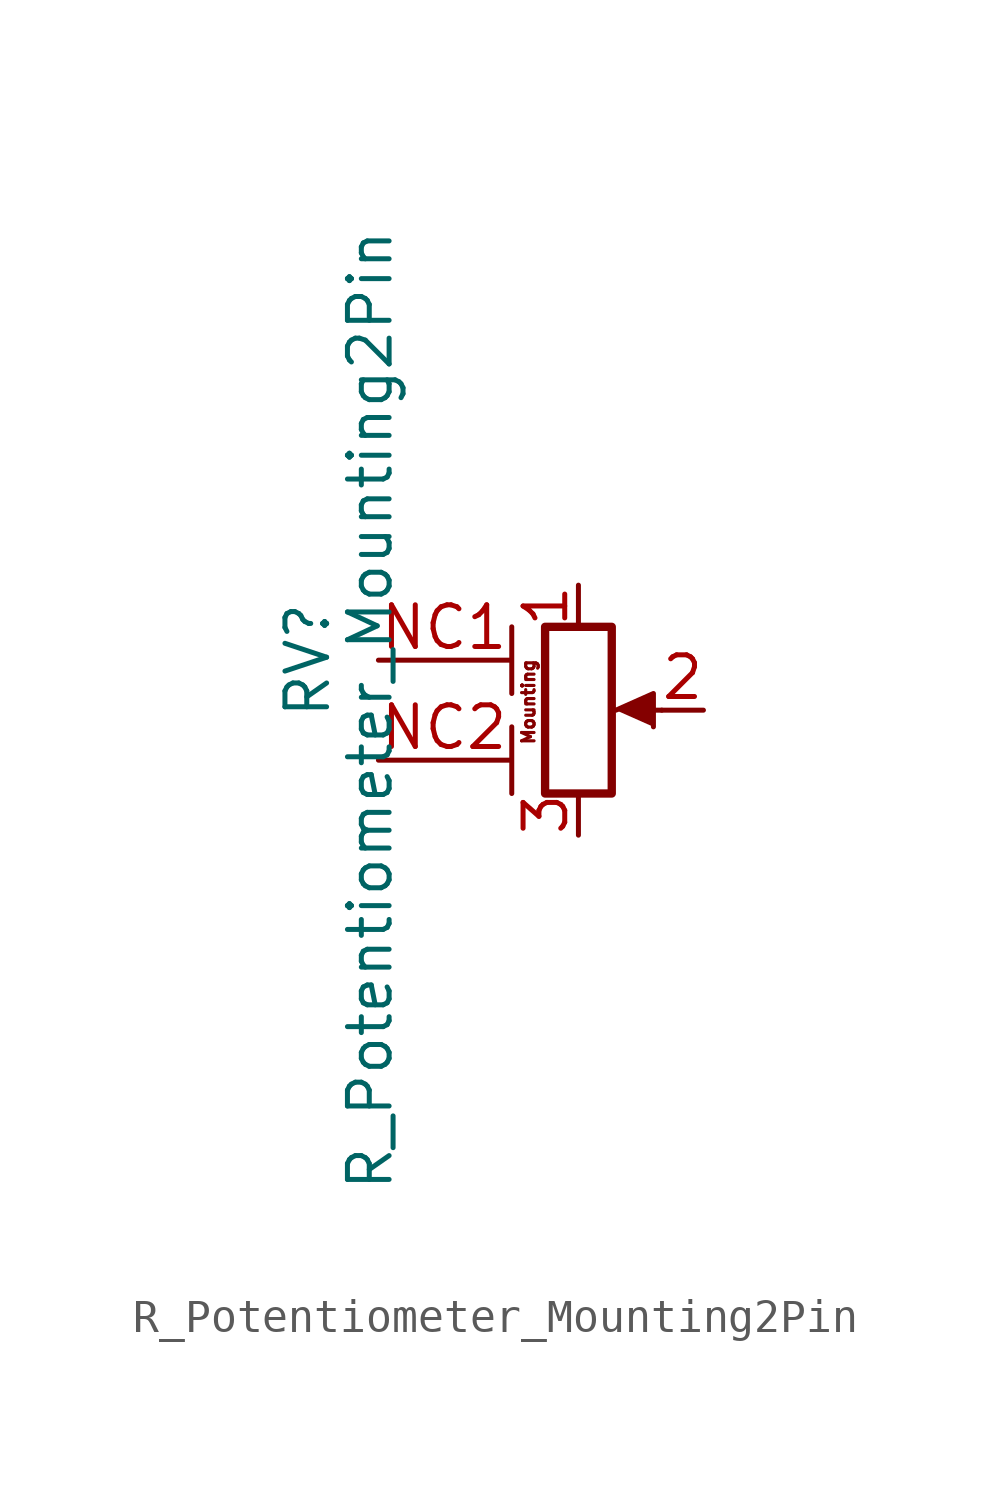
<source format=kicad_sym>
(kicad_symbol_lib
  (version 20220914)
  (generator kicad_symbol_editor)
  (symbol "R_Potentiometer_Mounting2Pin"
    (pin_names
      (offset 1.016) hide)
    (property "Reference" "RV"
      (at -8.255 1.524 90)
      (effects (font (size 1.27 1.27))))
    (property "Value" "R_Potentiometer_Mounting2Pin"
      (at -6.35 0 90)
      (effects (font (size 1.27 1.27))))
    (symbol "R_Potentiometer_Mounting2Pin_0_1"
      (polyline (pts (xy 2.54 0) (xy 1.524 0)) (stroke (width 0) (type default)) (fill (type none)))
      (polyline (pts (xy 1.143 0) (xy 2.286 0.508) (xy 2.286 -0.508)) (stroke (width 0) (type default)) (fill (type outline)))
      (rectangle (start 1.016 2.54) (end -1.016 -2.54) (stroke (width 0.254) (type default)) (fill (type none))))
    (symbol "R_Potentiometer_Mounting2Pin_1_1"
      (polyline (pts (xy -2.032 -0.508) (xy -2.032 -2.54)) (stroke (width 0.152) (type default)) (fill (type none)))
      (polyline (pts (xy -2.032 2.54) (xy -2.032 0.508)) (stroke (width 0.152) (type default)) (fill (type none)))
      (text "Mounting" (at -1.524 0.254 900) (effects (font (size 0.381 0.381))))
      (pin passive line (at 0 3.81 270) (length 1.27) (name "1" (effects (font (size 1.27 1.27)))) (number "1" (effects (font (size 1.27 1.27)))))
      (pin passive line (at 3.81 0 180) (length 1.27) (name "2" (effects (font (size 1.27 1.27)))) (number "2" (effects (font (size 1.27 1.27)))))
      (pin passive line (at 0 -3.81 90) (length 1.27) (name "3" (effects (font (size 1.27 1.27)))) (number "3" (effects (font (size 1.27 1.27)))))
      (pin passive line (at -6.096 1.524 0) (length 4) (name "MountPin" (effects (font (size 1.27 1.27)))) (number "NC1" (effects (font (size 1.27 1.27)))))
      (pin passive line (at -6.096 -1.524 0) (length 4) (name "MountPin" (effects (font (size 1.27 1.27)))) (number "NC2" (effects (font (size 1.27 1.27))))))))
</source>
